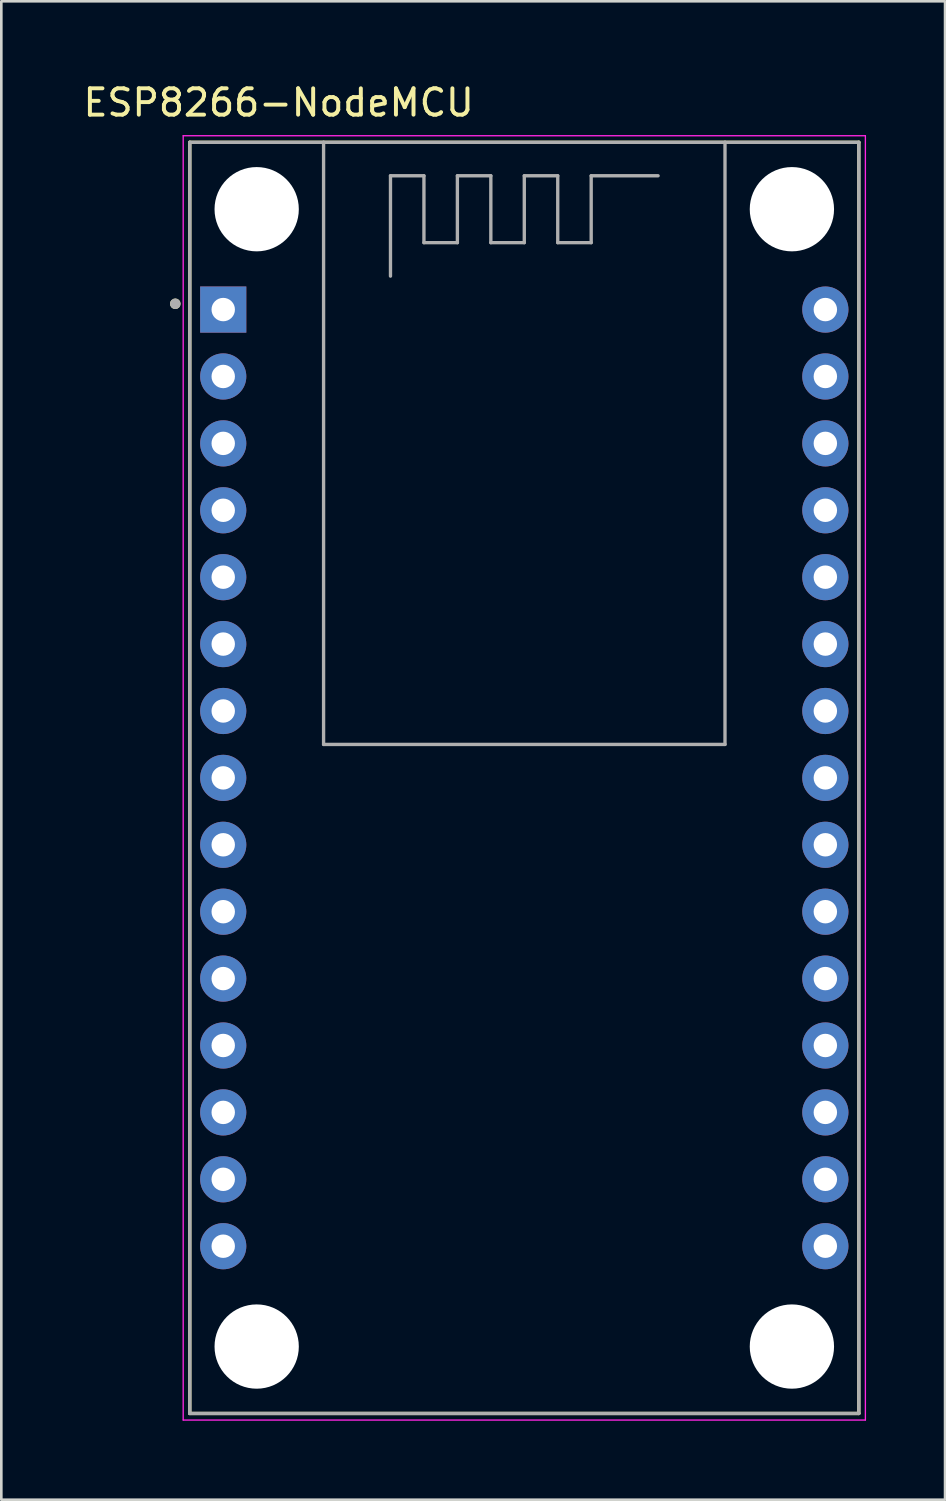
<source format=kicad_pcb>
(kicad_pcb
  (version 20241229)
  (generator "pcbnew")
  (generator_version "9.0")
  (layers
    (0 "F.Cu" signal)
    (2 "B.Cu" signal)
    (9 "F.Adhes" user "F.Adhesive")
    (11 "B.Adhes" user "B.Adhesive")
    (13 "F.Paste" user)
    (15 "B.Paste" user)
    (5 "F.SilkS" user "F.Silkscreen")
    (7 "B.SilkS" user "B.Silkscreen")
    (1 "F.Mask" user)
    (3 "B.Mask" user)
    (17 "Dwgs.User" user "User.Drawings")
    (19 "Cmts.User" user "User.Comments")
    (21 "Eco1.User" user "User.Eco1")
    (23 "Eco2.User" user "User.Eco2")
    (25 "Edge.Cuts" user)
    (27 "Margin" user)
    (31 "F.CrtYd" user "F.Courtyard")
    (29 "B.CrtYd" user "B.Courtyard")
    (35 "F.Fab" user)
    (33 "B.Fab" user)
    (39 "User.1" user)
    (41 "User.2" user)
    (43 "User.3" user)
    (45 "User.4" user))
  (footprint "ESP8266-NodeMCU"
    (layer "F.Cu")
    (at 16.855 26.483)
    (property "Reference" "ESP8266-NodeMCU" (at -9.325 -25.635 0) (layer "F.SilkS") (effects (font (size 1 1) (thickness 0.15))))
    (attr through_hole)
    (fp_line (start -12.7 -24.13) (end 12.7 -24.13) (stroke (width 0.127) (type solid)) (layer "F.SilkS"))
    (fp_line (start -12.7 24.13) (end -12.7 -24.13) (stroke (width 0.127) (type solid)) (layer "F.SilkS"))
    (fp_line (start -12.7 24.13) (end 12.7 24.13) (stroke (width 0.127) (type solid)) (layer "F.SilkS"))
    (fp_line (start 12.7 -24.13) (end 12.7 24.13) (stroke (width 0.127) (type solid)) (layer "F.SilkS"))
    (fp_circle (center -13.25 -18) (end -13.15 -18) (stroke (width 0.2) (type solid)) (fill no) (layer "F.SilkS"))
    (fp_line (start -12.95 -24.38) (end 12.95 -24.38) (stroke (width 0.05) (type solid)) (layer "F.CrtYd"))
    (fp_line (start -12.95 24.38) (end -12.95 -24.38) (stroke (width 0.05) (type solid)) (layer "F.CrtYd"))
    (fp_line (start 12.95 -24.38) (end 12.95 24.38) (stroke (width 0.05) (type solid)) (layer "F.CrtYd"))
    (fp_line (start 12.95 24.38) (end -12.95 24.38) (stroke (width 0.05) (type solid)) (layer "F.CrtYd"))
    (fp_line (start -12.7 -24.13) (end -7.62 -24.13) (stroke (width 0.127) (type solid)) (layer "F.Fab"))
    (fp_line (start -12.7 24.13) (end -12.7 -24.13) (stroke (width 0.127) (type solid)) (layer "F.Fab"))
    (fp_line (start -12.7 24.13) (end 12.7 24.13) (stroke (width 0.127) (type solid)) (layer "F.Fab"))
    (fp_line (start -7.62 -24.13) (end -7.62 -1.27) (stroke (width 0.127) (type solid)) (layer "F.Fab"))
    (fp_line (start -7.62 -24.13) (end 7.62 -24.13) (stroke (width 0.127) (type solid)) (layer "F.Fab"))
    (fp_line (start -7.62 -1.27) (end 7.62 -1.27) (stroke (width 0.127) (type solid)) (layer "F.Fab"))
    (fp_line (start -5.08 -22.86) (end -3.81 -22.86) (stroke (width 0.127) (type solid)) (layer "F.Fab"))
    (fp_line (start -5.08 -19.05) (end -5.08 -22.86) (stroke (width 0.127) (type solid)) (layer "F.Fab"))
    (fp_line (start -3.81 -22.86) (end -3.81 -20.32) (stroke (width 0.127) (type solid)) (layer "F.Fab"))
    (fp_line (start -3.81 -20.32) (end -2.54 -20.32) (stroke (width 0.127) (type solid)) (layer "F.Fab"))
    (fp_line (start -2.54 -22.86) (end -1.27 -22.86) (stroke (width 0.127) (type solid)) (layer "F.Fab"))
    (fp_line (start -2.54 -20.32) (end -2.54 -22.86) (stroke (width 0.127) (type solid)) (layer "F.Fab"))
    (fp_line (start -1.27 -22.86) (end -1.27 -20.32) (stroke (width 0.127) (type solid)) (layer "F.Fab"))
    (fp_line (start -1.27 -20.32) (end 0 -20.32) (stroke (width 0.127) (type solid)) (layer "F.Fab"))
    (fp_line (start 0 -22.86) (end 1.27 -22.86) (stroke (width 0.127) (type solid)) (layer "F.Fab"))
    (fp_line (start 0 -20.32) (end 0 -22.86) (stroke (width 0.127) (type solid)) (layer "F.Fab"))
    (fp_line (start 1.27 -22.86) (end 1.27 -20.32) (stroke (width 0.127) (type solid)) (layer "F.Fab"))
    (fp_line (start 1.27 -20.32) (end 2.54 -20.32) (stroke (width 0.127) (type solid)) (layer "F.Fab"))
    (fp_line (start 2.54 -22.86) (end 5.08 -22.86) (stroke (width 0.127) (type solid)) (layer "F.Fab"))
    (fp_line (start 2.54 -20.32) (end 2.54 -22.86) (stroke (width 0.127) (type solid)) (layer "F.Fab"))
    (fp_line (start 7.62 -24.13) (end 12.7 -24.13) (stroke (width 0.127) (type solid)) (layer "F.Fab"))
    (fp_line (start 7.62 -1.27) (end 7.62 -24.13) (stroke (width 0.127) (type solid)) (layer "F.Fab"))
    (fp_line (start 12.7 -24.13) (end 12.7 24.13) (stroke (width 0.127) (type solid)) (layer "F.Fab"))
    (fp_circle (center -13.25 -18) (end -13.15 -18) (stroke (width 0.2) (type solid)) (fill no) (layer "F.Fab"))
    (pad "" np_thru_hole circle (at -10.16 -21.59) (size 3.2 3.2) (drill 3.2) (layers "*.Cu" "*.Mask"))
    (pad "" np_thru_hole circle (at -10.16 21.59) (size 3.2 3.2) (drill 3.2) (layers "*.Cu" "*.Mask"))
    (pad "" np_thru_hole circle (at 10.16 -21.59) (size 3.2 3.2) (drill 3.2) (layers "*.Cu" "*.Mask"))
    (pad "" np_thru_hole circle (at 10.16 21.59) (size 3.2 3.2) (drill 3.2) (layers "*.Cu" "*.Mask"))
    (pad "1" thru_hole rect (at -11.43 -17.78) (size 1.753 1.753) (drill 0.889) (layers "*.Cu" "*.Mask"))
    (pad "2" thru_hole circle (at -11.43 -15.24) (size 1.753 1.753) (drill 0.889) (layers "*.Cu" "*.Mask"))
    (pad "3" thru_hole circle (at -11.43 -12.7) (size 1.753 1.753) (drill 0.889) (layers "*.Cu" "*.Mask"))
    (pad "4" thru_hole circle (at -11.43 -10.16) (size 1.753 1.753) (drill 0.889) (layers "*.Cu" "*.Mask"))
    (pad "5" thru_hole circle (at -11.43 -7.62) (size 1.753 1.753) (drill 0.889) (layers "*.Cu" "*.Mask"))
    (pad "6" thru_hole circle (at -11.43 -5.08) (size 1.753 1.753) (drill 0.889) (layers "*.Cu" "*.Mask"))
    (pad "7" thru_hole circle (at -11.43 -2.54) (size 1.753 1.753) (drill 0.889) (layers "*.Cu" "*.Mask"))
    (pad "8" thru_hole circle (at -11.43 0) (size 1.753 1.753) (drill 0.889) (layers "*.Cu" "*.Mask"))
    (pad "9" thru_hole circle (at -11.43 2.54) (size 1.753 1.753) (drill 0.889) (layers "*.Cu" "*.Mask"))
    (pad "10" thru_hole circle (at -11.43 5.08) (size 1.753 1.753) (drill 0.889) (layers "*.Cu" "*.Mask"))
    (pad "11" thru_hole circle (at -11.43 7.62) (size 1.753 1.753) (drill 0.889) (layers "*.Cu" "*.Mask"))
    (pad "12" thru_hole circle (at -11.43 10.16) (size 1.753 1.753) (drill 0.889) (layers "*.Cu" "*.Mask"))
    (pad "13" thru_hole circle (at -11.43 12.7) (size 1.753 1.753) (drill 0.889) (layers "*.Cu" "*.Mask"))
    (pad "14" thru_hole circle (at -11.43 15.24) (size 1.753 1.753) (drill 0.889) (layers "*.Cu" "*.Mask"))
    (pad "15" thru_hole circle (at -11.43 17.78) (size 1.753 1.753) (drill 0.889) (layers "*.Cu" "*.Mask"))
    (pad "16" thru_hole circle (at 11.43 17.78) (size 1.753 1.753) (drill 0.889) (layers "*.Cu" "*.Mask"))
    (pad "17" thru_hole circle (at 11.43 15.24) (size 1.753 1.753) (drill 0.889) (layers "*.Cu" "*.Mask"))
    (pad "18" thru_hole circle (at 11.43 12.7) (size 1.753 1.753) (drill 0.889) (layers "*.Cu" "*.Mask"))
    (pad "19" thru_hole circle (at 11.43 10.16) (size 1.753 1.753) (drill 0.889) (layers "*.Cu" "*.Mask"))
    (pad "20" thru_hole circle (at 11.43 7.62) (size 1.753 1.753) (drill 0.889) (layers "*.Cu" "*.Mask"))
    (pad "21" thru_hole circle (at 11.43 5.08) (size 1.753 1.753) (drill 0.889) (layers "*.Cu" "*.Mask"))
    (pad "22" thru_hole circle (at 11.43 2.54) (size 1.753 1.753) (drill 0.889) (layers "*.Cu" "*.Mask"))
    (pad "23" thru_hole circle (at 11.43 0) (size 1.753 1.753) (drill 0.889) (layers "*.Cu" "*.Mask"))
    (pad "24" thru_hole circle (at 11.43 -2.54) (size 1.753 1.753) (drill 0.889) (layers "*.Cu" "*.Mask"))
    (pad "25" thru_hole circle (at 11.43 -5.08) (size 1.753 1.753) (drill 0.889) (layers "*.Cu" "*.Mask"))
    (pad "26" thru_hole circle (at 11.43 -7.62) (size 1.753 1.753) (drill 0.889) (layers "*.Cu" "*.Mask"))
    (pad "27" thru_hole circle (at 11.43 -10.16) (size 1.753 1.753) (drill 0.889) (layers "*.Cu" "*.Mask"))
    (pad "28" thru_hole circle (at 11.43 -12.7) (size 1.753 1.753) (drill 0.889) (layers "*.Cu" "*.Mask"))
    (pad "29" thru_hole circle (at 11.43 -15.24) (size 1.753 1.753) (drill 0.889) (layers "*.Cu" "*.Mask"))
    (pad "30" thru_hole circle (at 11.43 -17.78) (size 1.753 1.753) (drill 0.889) (layers "*.Cu" "*.Mask")))
  (gr_rect
    (start -3 -3)
    (end 32.83 53.888)
    (stroke (width 0.1) (type default))
    (fill no)
    (layer "Edge.Cuts")))
</source>
